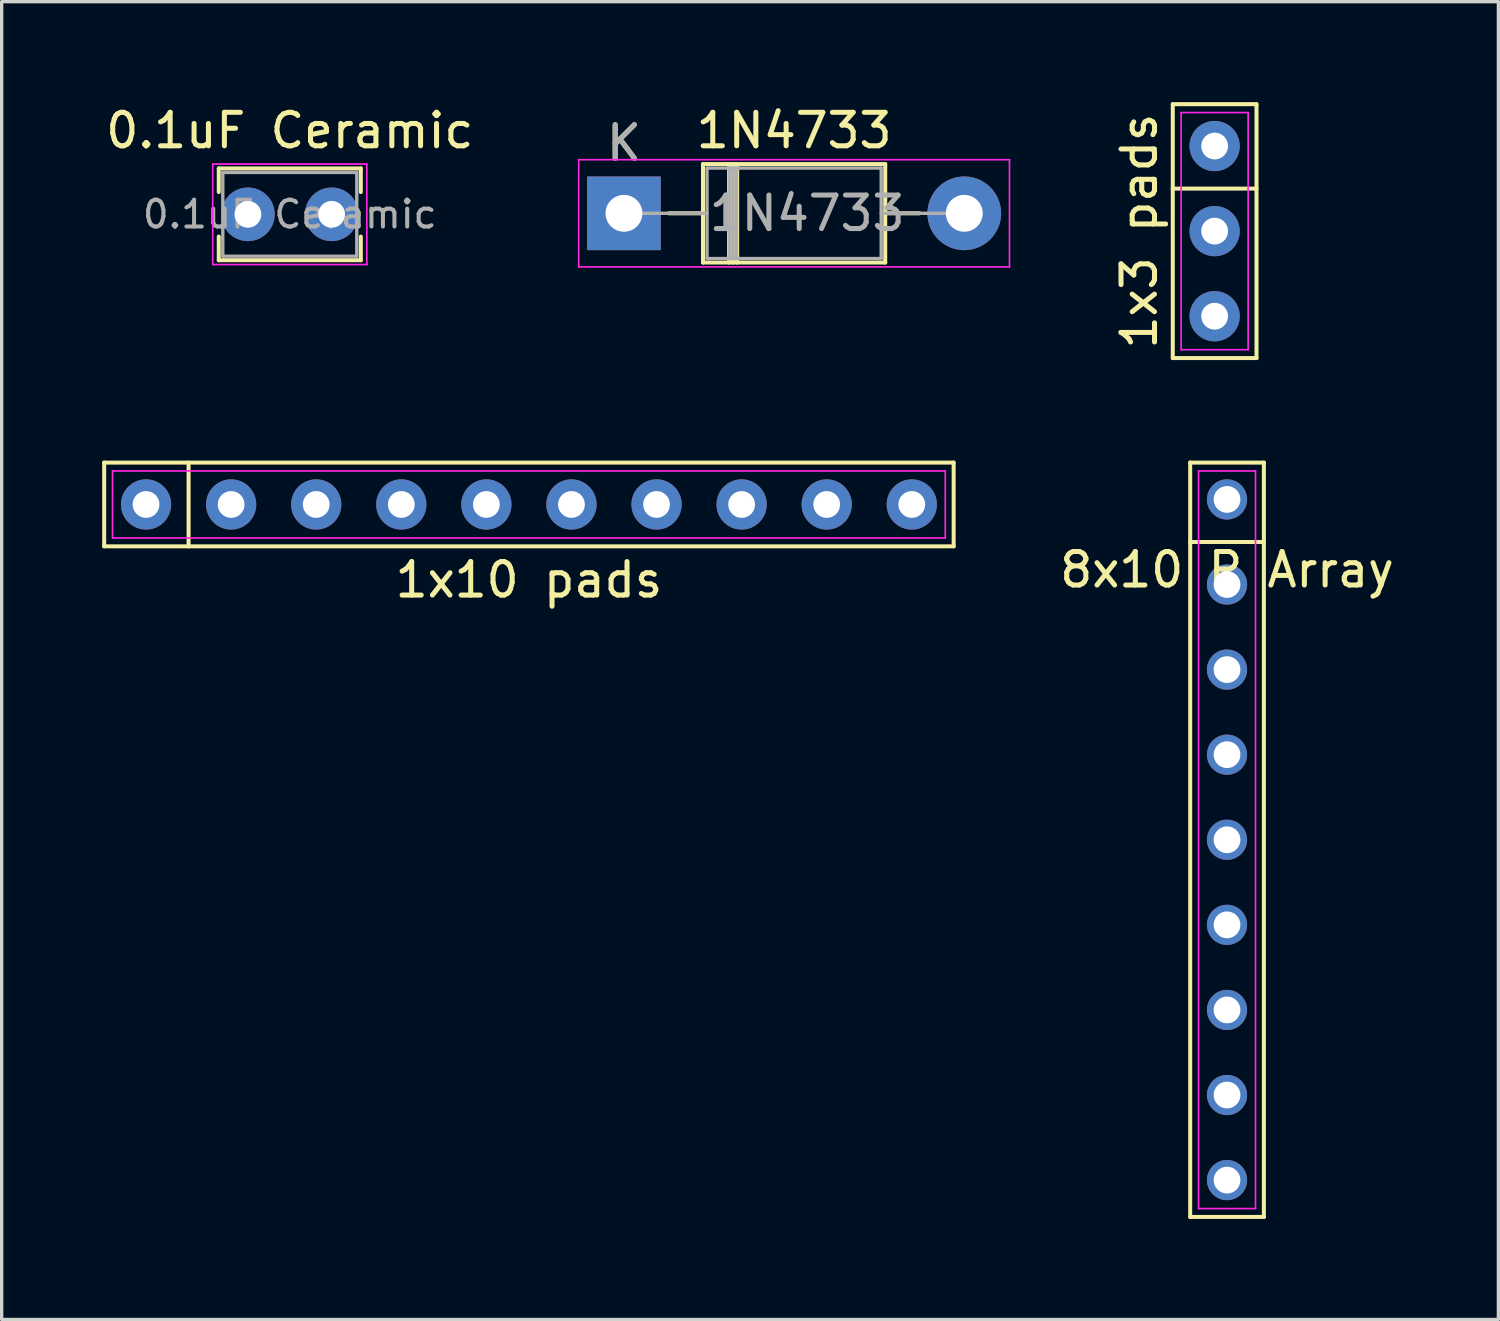
<source format=kicad_pcb>
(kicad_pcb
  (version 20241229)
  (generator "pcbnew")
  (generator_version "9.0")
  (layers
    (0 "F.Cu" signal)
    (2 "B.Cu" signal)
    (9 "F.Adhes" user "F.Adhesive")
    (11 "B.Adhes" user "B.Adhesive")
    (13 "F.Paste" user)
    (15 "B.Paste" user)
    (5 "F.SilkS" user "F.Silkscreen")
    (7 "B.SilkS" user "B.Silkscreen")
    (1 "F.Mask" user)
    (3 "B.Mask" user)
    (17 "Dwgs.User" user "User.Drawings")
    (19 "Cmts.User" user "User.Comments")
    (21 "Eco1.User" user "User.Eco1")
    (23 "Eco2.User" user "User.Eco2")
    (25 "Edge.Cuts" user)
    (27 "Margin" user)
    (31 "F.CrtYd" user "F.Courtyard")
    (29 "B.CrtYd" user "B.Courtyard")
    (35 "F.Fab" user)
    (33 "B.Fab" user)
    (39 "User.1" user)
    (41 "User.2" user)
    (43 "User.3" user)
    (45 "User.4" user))
  (footprint "1x3 pads"
    (layer "F.Cu")
    (at 33.211 3.85)
    (property "Reference" "1x3 pads" (at -2.25 0 270) (layer "F.SilkS") (effects (font (size 1 1) (thickness 0.15))))
    (fp_line (start -1.25 -3.79) (end 1.25 -3.79) (stroke (width 0.12) (type solid)) (layer "F.SilkS"))
    (fp_line (start -1.25 3.79) (end -1.25 -3.79) (stroke (width 0.12) (type solid)) (layer "F.SilkS"))
    (fp_line (start 1.25 -3.79) (end 1.25 3.79) (stroke (width 0.12) (type solid)) (layer "F.SilkS"))
    (fp_line (start 1.25 -1.27) (end -1.25 -1.27) (stroke (width 0.12) (type solid)) (layer "F.SilkS"))
    (fp_line (start 1.25 3.79) (end -1.25 3.79) (stroke (width 0.12) (type solid)) (layer "F.SilkS"))
    (fp_line (start -1 -3.54) (end 1 -3.54) (stroke (width 0.05) (type solid)) (layer "F.CrtYd"))
    (fp_line (start -1 3.54) (end -1 -3.54) (stroke (width 0.05) (type solid)) (layer "F.CrtYd"))
    (fp_line (start 1 -3.54) (end 1 3.54) (stroke (width 0.05) (type solid)) (layer "F.CrtYd"))
    (fp_line (start 1 3.54) (end -1 3.54) (stroke (width 0.05) (type solid)) (layer "F.CrtYd"))
    (pad "1" thru_hole circle (at 0 -2.54 270) (size 1.5 1.5) (drill 0.8) (layers "*.Cu" "*.Mask"))
    (pad "2" thru_hole circle (at 0 0 270) (size 1.5 1.5) (drill 0.8) (layers "*.Cu" "*.Mask"))
    (pad "3" thru_hole circle (at 0 2.54 270) (size 1.5 1.5) (drill 0.8) (layers "*.Cu" "*.Mask")))
  (footprint "1x10 pads"
    (layer "F.Cu")
    (at 12.74 12.01)
    (property "Reference" "1x10 pads" (at 0 2.25 0) (layer "F.SilkS") (effects (font (size 1 1) (thickness 0.15))))
    (fp_line (start -12.68 -1.25) (end 12.68 -1.25) (stroke (width 0.12) (type solid)) (layer "F.SilkS"))
    (fp_line (start -12.68 1.25) (end -12.68 -1.25) (stroke (width 0.12) (type solid)) (layer "F.SilkS"))
    (fp_line (start -10.16 -1.25) (end -10.16 1.25) (stroke (width 0.12) (type solid)) (layer "F.SilkS"))
    (fp_line (start 12.68 -1.25) (end 12.68 1.25) (stroke (width 0.12) (type solid)) (layer "F.SilkS"))
    (fp_line (start 12.68 1.25) (end -12.68 1.25) (stroke (width 0.12) (type solid)) (layer "F.SilkS"))
    (fp_line (start -12.43 -1) (end 12.43 -1) (stroke (width 0.05) (type solid)) (layer "F.CrtYd"))
    (fp_line (start -12.43 1) (end -12.43 -1) (stroke (width 0.05) (type solid)) (layer "F.CrtYd"))
    (fp_line (start 12.43 -1) (end 12.43 1) (stroke (width 0.05) (type solid)) (layer "F.CrtYd"))
    (fp_line (start 12.43 1) (end -12.43 1) (stroke (width 0.05) (type solid)) (layer "F.CrtYd"))
    (pad "1" thru_hole circle (at -11.43 0) (size 1.5 1.5) (drill 0.8) (layers "*.Cu" "*.Mask"))
    (pad "2" thru_hole circle (at -8.89 0) (size 1.5 1.5) (drill 0.8) (layers "*.Cu" "*.Mask"))
    (pad "3" thru_hole circle (at -6.35 0) (size 1.5 1.5) (drill 0.8) (layers "*.Cu" "*.Mask"))
    (pad "4" thru_hole circle (at -3.81 0) (size 1.5 1.5) (drill 0.8) (layers "*.Cu" "*.Mask"))
    (pad "5" thru_hole circle (at -1.27 0) (size 1.5 1.5) (drill 0.8) (layers "*.Cu" "*.Mask"))
    (pad "6" thru_hole circle (at 1.27 0) (size 1.5 1.5) (drill 0.8) (layers "*.Cu" "*.Mask"))
    (pad "7" thru_hole circle (at 3.81 0) (size 1.5 1.5) (drill 0.8) (layers "*.Cu" "*.Mask"))
    (pad "8" thru_hole circle (at 6.35 0) (size 1.5 1.5) (drill 0.8) (layers "*.Cu" "*.Mask"))
    (pad "9" thru_hole circle (at 8.89 0) (size 1.5 1.5) (drill 0.8) (layers "*.Cu" "*.Mask"))
    (pad "10" thru_hole circle (at 11.43 0) (size 1.5 1.5) (drill 0.8) (layers "*.Cu" "*.Mask")))
  (footprint "8x10 R Array"
    (layer "F.Cu")
    (at 33.581 11.86)
    (property "Reference" "8x10 R Array" (at 0 2.1 0) (layer "F.SilkS") (effects (font (size 1 1) (thickness 0.15))))
    (fp_line (start -1.1 -1.1) (end 1.1 -1.1) (stroke (width 0.12) (type solid)) (layer "F.SilkS"))
    (fp_line (start -1.1 21.42) (end -1.1 -1.1) (stroke (width 0.12) (type solid)) (layer "F.SilkS"))
    (fp_line (start 1.1 -1.1) (end 1.1 21.42) (stroke (width 0.12) (type solid)) (layer "F.SilkS"))
    (fp_line (start 1.1 1.27) (end -1.1 1.27) (stroke (width 0.12) (type solid)) (layer "F.SilkS"))
    (fp_line (start 1.1 21.42) (end -1.1 21.42) (stroke (width 0.12) (type solid)) (layer "F.SilkS"))
    (fp_line (start -0.85 -0.85) (end 0.85 -0.85) (stroke (width 0.05) (type solid)) (layer "F.CrtYd"))
    (fp_line (start -0.85 21.17) (end -0.85 -0.85) (stroke (width 0.05) (type solid)) (layer "F.CrtYd"))
    (fp_line (start 0.85 -0.85) (end 0.85 21.17) (stroke (width 0.05) (type solid)) (layer "F.CrtYd"))
    (fp_line (start 0.85 21.17) (end -0.85 21.17) (stroke (width 0.05) (type solid)) (layer "F.CrtYd"))
    (pad "1" thru_hole circle (at 0 0 270) (size 1.2 1.2) (drill 0.8) (layers "*.Cu" "*.Mask"))
    (pad "2" thru_hole circle (at 0 2.54 270) (size 1.2 1.2) (drill 0.8) (layers "*.Cu" "*.Mask"))
    (pad "3" thru_hole circle (at 0 5.08 270) (size 1.2 1.2) (drill 0.8) (layers "*.Cu" "*.Mask"))
    (pad "4" thru_hole circle (at 0 7.62 270) (size 1.2 1.2) (drill 0.8) (layers "*.Cu" "*.Mask"))
    (pad "5" thru_hole circle (at 0 10.16 270) (size 1.2 1.2) (drill 0.8) (layers "*.Cu" "*.Mask"))
    (pad "6" thru_hole circle (at 0 12.7 270) (size 1.2 1.2) (drill 0.8) (layers "*.Cu" "*.Mask"))
    (pad "7" thru_hole circle (at 0 15.24 270) (size 1.2 1.2) (drill 0.8) (layers "*.Cu" "*.Mask"))
    (pad "8" thru_hole circle (at 0 17.78 270) (size 1.2 1.2) (drill 0.8) (layers "*.Cu" "*.Mask"))
    (pad "9" thru_hole circle (at 0 20.32 270) (size 1.2 1.2) (drill 0.8) (layers "*.Cu" "*.Mask")))
  (footprint "0.1uF Ceramic"
    (layer "F.Cu")
    (at 4.351 3.348)
    (property "Reference" "0.1uF Ceramic" (at 1.25 -2.5 0) (layer "F.SilkS") (effects (font (size 1 1) (thickness 0.15))))
    (attr through_hole)
    (fp_line (start -0.87 -1.37) (end -0.87 -0.665) (stroke (width 0.12) (type solid)) (layer "F.SilkS"))
    (fp_line (start -0.87 -1.37) (end 3.37 -1.37) (stroke (width 0.12) (type solid)) (layer "F.SilkS"))
    (fp_line (start -0.87 0.665) (end -0.87 1.37) (stroke (width 0.12) (type solid)) (layer "F.SilkS"))
    (fp_line (start -0.87 1.37) (end 3.37 1.37) (stroke (width 0.12) (type solid)) (layer "F.SilkS"))
    (fp_line (start 3.37 -1.37) (end 3.37 -0.665) (stroke (width 0.12) (type solid)) (layer "F.SilkS"))
    (fp_line (start 3.37 0.665) (end 3.37 1.37) (stroke (width 0.12) (type solid)) (layer "F.SilkS"))
    (fp_line (start -1.05 -1.5) (end -1.05 1.5) (stroke (width 0.05) (type solid)) (layer "F.CrtYd"))
    (fp_line (start -1.05 1.5) (end 3.55 1.5) (stroke (width 0.05) (type solid)) (layer "F.CrtYd"))
    (fp_line (start 3.55 -1.5) (end -1.05 -1.5) (stroke (width 0.05) (type solid)) (layer "F.CrtYd"))
    (fp_line (start 3.55 1.5) (end 3.55 -1.5) (stroke (width 0.05) (type solid)) (layer "F.CrtYd"))
    (fp_line (start -0.75 -1.25) (end -0.75 1.25) (stroke (width 0.1) (type solid)) (layer "F.Fab"))
    (fp_line (start -0.75 1.25) (end 3.25 1.25) (stroke (width 0.1) (type solid)) (layer "F.Fab"))
    (fp_line (start 3.25 -1.25) (end -0.75 -1.25) (stroke (width 0.1) (type solid)) (layer "F.Fab"))
    (fp_line (start 3.25 1.25) (end 3.25 -1.25) (stroke (width 0.1) (type solid)) (layer "F.Fab"))
    (fp_text user "${REFERENCE}" (at 1.25 0 0) (layer "F.Fab") (effects (font (size 0.8 0.8) (thickness 0.12))))
    (pad "1" thru_hole circle (at 0 0) (size 1.6 1.6) (drill 0.8) (layers "*.Cu" "*.Mask"))
    (pad "2" thru_hole circle (at 2.5 0) (size 1.6 1.6) (drill 0.8) (layers "*.Cu" "*.Mask")))
  (footprint "1N4733"
    (layer "F.Cu")
    (at 15.577 3.318)
    (property "Reference" "1N4733" (at 5.08 -2.47 0) (layer "F.SilkS") (effects (font (size 1 1) (thickness 0.15))))
    (attr through_hole)
    (fp_line (start 1.34 0) (end 2.36 0) (stroke (width 0.12) (type solid)) (layer "F.SilkS"))
    (fp_line (start 2.36 -1.47) (end 2.36 1.47) (stroke (width 0.12) (type solid)) (layer "F.SilkS"))
    (fp_line (start 2.36 1.47) (end 7.8 1.47) (stroke (width 0.12) (type solid)) (layer "F.SilkS"))
    (fp_line (start 3.14 -1.47) (end 3.14 1.47) (stroke (width 0.12) (type solid)) (layer "F.SilkS"))
    (fp_line (start 3.26 -1.47) (end 3.26 1.47) (stroke (width 0.12) (type solid)) (layer "F.SilkS"))
    (fp_line (start 3.38 -1.47) (end 3.38 1.47) (stroke (width 0.12) (type solid)) (layer "F.SilkS"))
    (fp_line (start 7.8 -1.47) (end 2.36 -1.47) (stroke (width 0.12) (type solid)) (layer "F.SilkS"))
    (fp_line (start 7.8 1.47) (end 7.8 -1.47) (stroke (width 0.12) (type solid)) (layer "F.SilkS"))
    (fp_line (start 8.82 0) (end 7.8 0) (stroke (width 0.12) (type solid)) (layer "F.SilkS"))
    (fp_line (start -1.35 -1.6) (end -1.35 1.6) (stroke (width 0.05) (type solid)) (layer "F.CrtYd"))
    (fp_line (start -1.35 1.6) (end 11.51 1.6) (stroke (width 0.05) (type solid)) (layer "F.CrtYd"))
    (fp_line (start 11.51 -1.6) (end -1.35 -1.6) (stroke (width 0.05) (type solid)) (layer "F.CrtYd"))
    (fp_line (start 11.51 1.6) (end 11.51 -1.6) (stroke (width 0.05) (type solid)) (layer "F.CrtYd"))
    (fp_line (start 0 0) (end 2.48 0) (stroke (width 0.1) (type solid)) (layer "F.Fab"))
    (fp_line (start 2.48 -1.35) (end 2.48 1.35) (stroke (width 0.1) (type solid)) (layer "F.Fab"))
    (fp_line (start 2.48 1.35) (end 7.68 1.35) (stroke (width 0.1) (type solid)) (layer "F.Fab"))
    (fp_line (start 3.16 -1.35) (end 3.16 1.35) (stroke (width 0.1) (type solid)) (layer "F.Fab"))
    (fp_line (start 3.26 -1.35) (end 3.26 1.35) (stroke (width 0.1) (type solid)) (layer "F.Fab"))
    (fp_line (start 3.36 -1.35) (end 3.36 1.35) (stroke (width 0.1) (type solid)) (layer "F.Fab"))
    (fp_line (start 7.68 -1.35) (end 2.48 -1.35) (stroke (width 0.1) (type solid)) (layer "F.Fab"))
    (fp_line (start 7.68 1.35) (end 7.68 -1.35) (stroke (width 0.1) (type solid)) (layer "F.Fab"))
    (fp_line (start 10.16 0) (end 7.68 0) (stroke (width 0.1) (type solid)) (layer "F.Fab"))
    (fp_text user "K" (at 0 -2.1 0) (layer "F.SilkS") (effects (font (size 1 1) (thickness 0.15))))
    (fp_text user "K" (at 0 -2.1 0) (layer "F.Fab") (effects (font (size 1 1) (thickness 0.15))))
    (fp_text user "${REFERENCE}" (at 5.47 0 0) (layer "F.Fab") (effects (font (size 1 1) (thickness 0.15))))
    (pad "1" thru_hole rect (at 0 0) (size 2.2 2.2) (drill 1.1) (layers "*.Cu" "*.Mask"))
    (pad "2" thru_hole oval (at 10.16 0) (size 2.2 2.2) (drill 1.1) (layers "*.Cu" "*.Mask")))
  (gr_rect
    (start -3 -3)
    (end 41.682 36.34)
    (stroke (width 0.1) (type default))
    (fill no)
    (layer "Edge.Cuts")))
</source>
